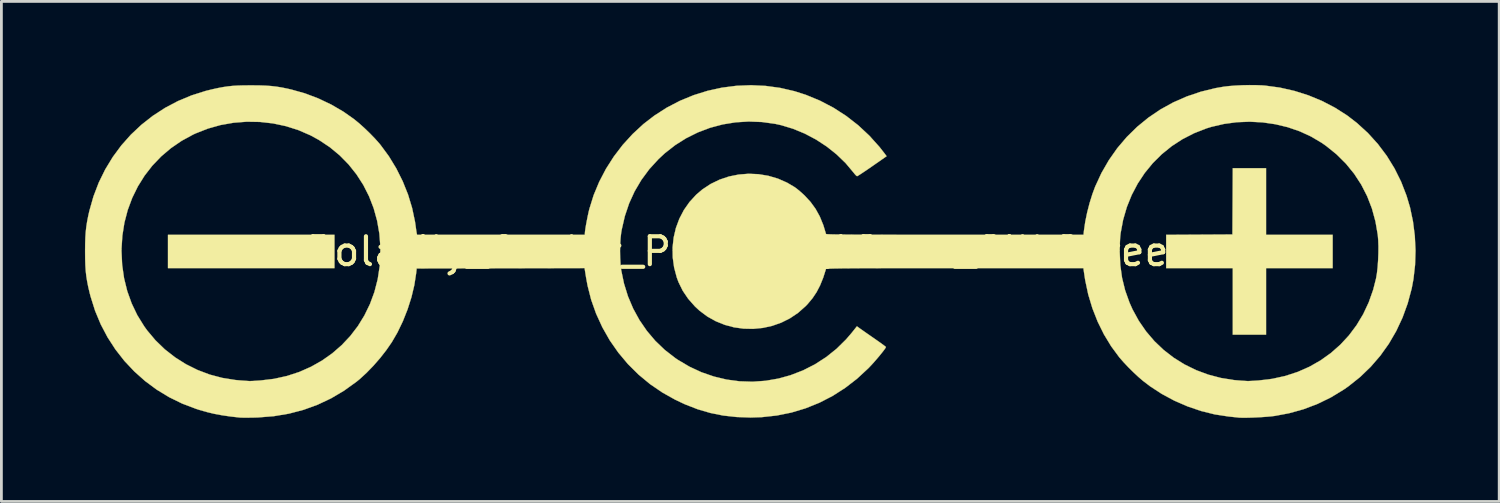
<source format=kicad_pcb>
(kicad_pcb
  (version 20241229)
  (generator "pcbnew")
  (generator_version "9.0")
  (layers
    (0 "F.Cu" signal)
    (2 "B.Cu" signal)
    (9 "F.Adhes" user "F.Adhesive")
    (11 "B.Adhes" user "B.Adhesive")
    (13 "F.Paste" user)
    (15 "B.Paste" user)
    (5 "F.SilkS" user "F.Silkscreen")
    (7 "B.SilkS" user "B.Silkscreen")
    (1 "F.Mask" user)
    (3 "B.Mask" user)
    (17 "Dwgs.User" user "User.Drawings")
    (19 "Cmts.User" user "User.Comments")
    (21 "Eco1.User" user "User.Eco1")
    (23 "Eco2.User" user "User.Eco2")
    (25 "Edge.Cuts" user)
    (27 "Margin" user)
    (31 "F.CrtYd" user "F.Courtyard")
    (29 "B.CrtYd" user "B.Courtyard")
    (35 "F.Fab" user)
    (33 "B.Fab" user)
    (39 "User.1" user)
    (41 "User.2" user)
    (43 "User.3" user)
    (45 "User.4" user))
  (footprint "Polarity_Center_Positive_12mm_SilkScreen"
    (layer "F.Cu")
    (at 23.873 5.977)
    (property "Reference" "Polarity_Center_Positive_12mm_SilkScreen" (at 0 0 0) (layer "F.SilkS") (effects (font (size 1 1) (thickness 0.15))))
    (attr board_only exclude_from_pos_files exclude_from_bom allow_missing_courtyard)
    (fp_poly (pts (xy -14.916 0.598) (xy -20.893 0.598) (xy -20.893 -0.598) (xy -14.916 -0.598) (xy -14.916 0.598)) (stroke (width 0.01) (type solid)) (fill yes) (layer "F.SilkS"))
    (fp_poly (pts (xy 18.527 -0.598) (xy 20.918 -0.598) (xy 20.918 0.598) (xy 18.527 0.598) (xy 18.527 2.988) (xy 17.332 2.988) (xy 17.332 0.598) (xy 14.941 0.598) (xy 14.941 -0.597) (xy 17.319 -0.61) (xy 17.326 -1.799) (xy 17.332 -2.988) (xy 18.527 -2.988) (xy 18.527 -0.598)) (stroke (width 0.01) (type solid)) (fill yes) (layer "F.SilkS"))
    (fp_poly (pts (xy 18.17 -5.97) (xy 18.386 -5.962) (xy 18.491 -5.954) (xy 19.023 -5.882) (xy 19.544 -5.764) (xy 20.051 -5.603) (xy 20.539 -5.401) (xy 21.004 -5.159) (xy 21.441 -4.88) (xy 21.789 -4.612) (xy 22.184 -4.251) (xy 22.541 -3.857) (xy 22.86 -3.433) (xy 23.138 -2.981) (xy 23.375 -2.504) (xy 23.569 -2.004) (xy 23.695 -1.581) (xy 23.801 -1.077) (xy 23.867 -0.558) (xy 23.892 -0.035) (xy 23.876 0.485) (xy 23.818 0.993) (xy 23.755 1.329) (xy 23.612 1.862) (xy 23.427 2.371) (xy 23.201 2.855) (xy 22.934 3.313) (xy 22.628 3.742) (xy 22.284 4.14) (xy 21.904 4.506) (xy 21.488 4.838) (xy 21.313 4.96) (xy 20.854 5.239) (xy 20.374 5.473) (xy 19.874 5.663) (xy 19.351 5.808) (xy 18.844 5.903) (xy 18.716 5.919) (xy 18.558 5.933) (xy 18.381 5.946) (xy 18.195 5.956) (xy 18.011 5.964) (xy 17.839 5.968) (xy 17.69 5.969) (xy 17.575 5.966) (xy 17.531 5.962) (xy 17.469 5.955) (xy 17.373 5.945) (xy 17.258 5.933) (xy 17.182 5.925) (xy 16.69 5.85) (xy 16.198 5.728) (xy 15.711 5.563) (xy 15.238 5.358) (xy 14.786 5.116) (xy 14.362 4.839) (xy 14.107 4.644) (xy 13.944 4.504) (xy 13.766 4.338) (xy 13.586 4.16) (xy 13.418 3.982) (xy 13.274 3.818) (xy 13.257 3.798) (xy 12.967 3.405) (xy 12.707 2.977) (xy 12.482 2.521) (xy 12.293 2.041) (xy 12.143 1.544) (xy 12.035 1.036) (xy 12.014 0.903) (xy 11.969 0.598) (xy 7.353 0.598) (xy 6.77 0.598) (xy 6.235 0.598) (xy 5.746 0.598) (xy 5.301 0.599) (xy 4.899 0.599) (xy 4.538 0.6) (xy 4.215 0.601) (xy 3.93 0.602) (xy 3.681 0.604) (xy 3.465 0.605) (xy 3.28 0.607) (xy 3.126 0.61) (xy 3 0.612) (xy 2.9 0.615) (xy 2.825 0.618) (xy 2.773 0.621) (xy 2.741 0.624) (xy 2.729 0.628) (xy 2.729 0.629) (xy 2.628 0.944) (xy 2.517 1.218) (xy 2.391 1.46) (xy 2.244 1.68) (xy 2.071 1.887) (xy 1.993 1.968) (xy 1.725 2.205) (xy 1.433 2.401) (xy 1.122 2.556) (xy 0.795 2.671) (xy 0.458 2.745) (xy 0.116 2.778) (xy -0.229 2.771) (xy -0.57 2.724) (xy -0.903 2.635) (xy -1.224 2.506) (xy -1.528 2.337) (xy -1.811 2.126) (xy -1.975 1.974) (xy -2.217 1.7) (xy -2.413 1.411) (xy -2.565 1.102) (xy -2.627 0.936) (xy -2.723 0.576) (xy -2.773 0.214) (xy -2.776 0.009) (xy 13.273 0.009) (xy 13.294 0.49) (xy 13.358 0.95) (xy 13.467 1.394) (xy 13.621 1.827) (xy 13.733 2.079) (xy 13.958 2.49) (xy 14.221 2.871) (xy 14.519 3.22) (xy 14.85 3.535) (xy 15.211 3.814) (xy 15.6 4.056) (xy 16.013 4.259) (xy 16.449 4.421) (xy 16.905 4.541) (xy 17.378 4.617) (xy 17.655 4.64) (xy 17.745 4.645) (xy 17.824 4.65) (xy 17.855 4.652) (xy 17.902 4.652) (xy 17.988 4.648) (xy 18.1 4.642) (xy 18.229 4.634) (xy 18.257 4.632) (xy 18.746 4.573) (xy 19.215 4.47) (xy 19.663 4.324) (xy 20.086 4.137) (xy 20.484 3.91) (xy 20.853 3.647) (xy 21.193 3.347) (xy 21.501 3.014) (xy 21.775 2.648) (xy 22.013 2.252) (xy 22.212 1.828) (xy 22.372 1.376) (xy 22.475 0.971) (xy 22.507 0.784) (xy 22.532 0.562) (xy 22.549 0.318) (xy 22.559 0.066) (xy 22.561 -0.18) (xy 22.553 -0.406) (xy 22.538 -0.591) (xy 22.454 -1.078) (xy 22.327 -1.543) (xy 22.156 -1.985) (xy 21.943 -2.401) (xy 21.689 -2.79) (xy 21.394 -3.152) (xy 21.059 -3.485) (xy 20.684 -3.788) (xy 20.519 -3.903) (xy 20.138 -4.128) (xy 19.731 -4.315) (xy 19.302 -4.462) (xy 18.857 -4.568) (xy 18.401 -4.634) (xy 17.938 -4.658) (xy 17.475 -4.64) (xy 17.016 -4.578) (xy 16.567 -4.474) (xy 16.385 -4.418) (xy 15.943 -4.245) (xy 15.527 -4.032) (xy 15.141 -3.781) (xy 14.785 -3.493) (xy 14.461 -3.172) (xy 14.172 -2.819) (xy 13.919 -2.437) (xy 13.704 -2.028) (xy 13.529 -1.595) (xy 13.396 -1.139) (xy 13.307 -0.664) (xy 13.299 -0.598) (xy 13.289 -0.496) (xy 13.282 -0.359) (xy 13.276 -0.204) (xy 13.273 -0.045) (xy 13.273 0.009) (xy -2.776 0.009) (xy -2.778 -0.146) (xy -2.739 -0.501) (xy -2.658 -0.846) (xy -2.535 -1.176) (xy -2.373 -1.487) (xy -2.171 -1.775) (xy -1.932 -2.036) (xy -1.711 -2.225) (xy -1.411 -2.423) (xy -1.091 -2.578) (xy -0.754 -2.691) (xy -0.405 -2.761) (xy -0.05 -2.789) (xy 0.306 -2.774) (xy 0.658 -2.716) (xy 1.002 -2.615) (xy 1.332 -2.47) (xy 1.606 -2.308) (xy 1.688 -2.247) (xy 1.79 -2.163) (xy 1.896 -2.069) (xy 1.961 -2.009) (xy 2.176 -1.776) (xy 2.357 -1.526) (xy 2.508 -1.252) (xy 2.633 -0.946) (xy 2.729 -0.629) (xy 2.739 -0.625) (xy 2.768 -0.621) (xy 2.818 -0.618) (xy 2.89 -0.615) (xy 2.987 -0.612) (xy 3.11 -0.61) (xy 3.26 -0.608) (xy 3.441 -0.606) (xy 3.653 -0.604) (xy 3.898 -0.603) (xy 4.179 -0.601) (xy 4.497 -0.6) (xy 4.853 -0.599) (xy 5.25 -0.599) (xy 5.689 -0.598) (xy 6.173 -0.598) (xy 6.702 -0.598) (xy 7.279 -0.598) (xy 7.355 -0.598) (xy 11.973 -0.598) (xy 11.99 -0.753) (xy 12.036 -1.066) (xy 12.105 -1.401) (xy 12.193 -1.741) (xy 12.295 -2.068) (xy 12.391 -2.326) (xy 12.618 -2.817) (xy 12.884 -3.278) (xy 13.187 -3.71) (xy 13.526 -4.108) (xy 13.898 -4.473) (xy 14.301 -4.803) (xy 14.733 -5.096) (xy 15.193 -5.35) (xy 15.678 -5.563) (xy 16.186 -5.735) (xy 16.715 -5.864) (xy 17.017 -5.916) (xy 17.208 -5.938) (xy 17.433 -5.955) (xy 17.679 -5.967) (xy 17.929 -5.972) (xy 18.17 -5.97)) (stroke (width 0.01) (type solid)) (fill yes) (layer "F.SilkS"))
    (fp_poly (pts (xy 0.563 -5.943) (xy 1.084 -5.872) (xy 1.598 -5.753) (xy 2.005 -5.623) (xy 2.511 -5.414) (xy 2.995 -5.161) (xy 3.453 -4.866) (xy 3.884 -4.531) (xy 4.284 -4.158) (xy 4.652 -3.749) (xy 4.839 -3.509) (xy 4.905 -3.42) (xy 4.39 -3.061) (xy 4.248 -2.963) (xy 4.118 -2.875) (xy 4.007 -2.801) (xy 3.921 -2.745) (xy 3.864 -2.711) (xy 3.845 -2.702) (xy 3.816 -2.72) (xy 3.769 -2.769) (xy 3.715 -2.836) (xy 3.432 -3.173) (xy 3.11 -3.484) (xy 2.755 -3.767) (xy 2.373 -4.017) (xy 1.97 -4.23) (xy 1.552 -4.403) (xy 1.124 -4.533) (xy 0.906 -4.581) (xy 0.43 -4.647) (xy -0.046 -4.665) (xy -0.516 -4.636) (xy -0.979 -4.561) (xy -1.43 -4.441) (xy -1.867 -4.276) (xy -2.285 -4.069) (xy -2.682 -3.819) (xy -3.054 -3.529) (xy -3.287 -3.312) (xy -3.616 -2.952) (xy -3.9 -2.567) (xy -4.141 -2.159) (xy -4.338 -1.727) (xy -4.492 -1.27) (xy -4.603 -0.789) (xy -4.623 -0.672) (xy -4.645 -0.48) (xy -4.659 -0.256) (xy -4.664 -0.015) (xy -4.66 0.227) (xy -4.647 0.454) (xy -4.626 0.65) (xy -4.623 0.669) (xy -4.523 1.15) (xy -4.38 1.611) (xy -4.194 2.05) (xy -3.967 2.464) (xy -3.701 2.851) (xy -3.398 3.209) (xy -3.059 3.534) (xy -2.685 3.824) (xy -2.59 3.889) (xy -2.174 4.135) (xy -1.742 4.336) (xy -1.295 4.49) (xy -0.839 4.599) (xy -0.375 4.661) (xy 0.093 4.676) (xy 0.561 4.643) (xy 1.027 4.562) (xy 1.455 4.443) (xy 1.906 4.269) (xy 2.334 4.051) (xy 2.735 3.792) (xy 3.108 3.494) (xy 3.449 3.158) (xy 3.654 2.919) (xy 3.839 2.687) (xy 3.955 2.771) (xy 4.013 2.811) (xy 4.102 2.874) (xy 4.215 2.953) (xy 4.343 3.042) (xy 4.476 3.134) (xy 4.6 3.221) (xy 4.709 3.298) (xy 4.796 3.362) (xy 4.855 3.407) (xy 4.88 3.429) (xy 4.881 3.43) (xy 4.865 3.464) (xy 4.821 3.528) (xy 4.754 3.615) (xy 4.671 3.718) (xy 4.577 3.831) (xy 4.477 3.946) (xy 4.377 4.058) (xy 4.282 4.159) (xy 4.247 4.195) (xy 3.843 4.569) (xy 3.414 4.9) (xy 2.963 5.188) (xy 2.49 5.431) (xy 1.997 5.63) (xy 1.488 5.783) (xy 0.963 5.889) (xy 0.424 5.948) (xy 0.025 5.961) (xy -0.483 5.943) (xy -0.963 5.89) (xy -1.424 5.797) (xy -1.876 5.665) (xy -2.327 5.49) (xy -2.671 5.329) (xy -3.143 5.065) (xy -3.587 4.762) (xy -4 4.42) (xy -4.38 4.043) (xy -4.725 3.632) (xy -5.033 3.191) (xy -5.3 2.721) (xy -5.524 2.232) (xy -5.7 1.736) (xy -5.83 1.226) (xy -5.882 0.945) (xy -5.938 0.597) (xy -8.952 0.604) (xy -11.965 0.61) (xy -11.984 0.784) (xy -12.049 1.206) (xy -12.153 1.642) (xy -12.292 2.079) (xy -12.461 2.505) (xy -12.656 2.91) (xy -12.861 3.262) (xy -13.055 3.542) (xy -13.276 3.825) (xy -13.516 4.1) (xy -13.763 4.355) (xy -14.009 4.581) (xy -14.127 4.677) (xy -14.573 4.998) (xy -15.038 5.273) (xy -15.523 5.502) (xy -16.027 5.685) (xy -16.55 5.822) (xy -17.092 5.913) (xy -17.653 5.958) (xy -17.768 5.962) (xy -17.92 5.965) (xy -18.061 5.966) (xy -18.182 5.966) (xy -18.272 5.964) (xy -18.315 5.962) (xy -18.653 5.924) (xy -18.953 5.88) (xy -19.229 5.829) (xy -19.492 5.766) (xy -19.756 5.691) (xy -19.884 5.65) (xy -20.38 5.462) (xy -20.852 5.231) (xy -21.298 4.96) (xy -21.715 4.651) (xy -22.102 4.306) (xy -22.457 3.929) (xy -22.777 3.52) (xy -23.061 3.082) (xy -23.306 2.617) (xy -23.51 2.128) (xy -23.671 1.617) (xy -23.704 1.489) (xy -23.756 1.269) (xy -23.795 1.071) (xy -23.825 0.884) (xy -23.846 0.695) (xy -23.859 0.493) (xy -23.866 0.265) (xy -23.868 0) (xy -23.868 -0.012) (xy -22.561 -0.012) (xy -22.538 0.482) (xy -22.469 0.962) (xy -22.355 1.424) (xy -22.196 1.866) (xy -21.994 2.288) (xy -21.748 2.685) (xy -21.643 2.831) (xy -21.342 3.189) (xy -21.007 3.513) (xy -20.641 3.799) (xy -20.249 4.047) (xy -19.833 4.254) (xy -19.397 4.419) (xy -18.943 4.539) (xy -18.476 4.614) (xy -18.29 4.631) (xy -18.174 4.639) (xy -18.072 4.646) (xy -17.998 4.651) (xy -17.967 4.653) (xy -17.924 4.652) (xy -17.843 4.649) (xy -17.734 4.642) (xy -17.606 4.634) (xy -17.57 4.631) (xy -17.086 4.573) (xy -16.621 4.47) (xy -16.177 4.325) (xy -15.757 4.139) (xy -15.362 3.916) (xy -14.994 3.656) (xy -14.656 3.362) (xy -14.35 3.037) (xy -14.077 2.681) (xy -13.841 2.297) (xy -13.642 1.888) (xy -13.482 1.455) (xy -13.365 1.001) (xy -13.292 0.527) (xy -13.276 0.336) (xy -13.267 -0.157) (xy -13.304 -0.638) (xy -13.385 -1.104) (xy -13.509 -1.552) (xy -13.675 -1.981) (xy -13.881 -2.388) (xy -14.127 -2.77) (xy -14.41 -3.125) (xy -14.729 -3.45) (xy -15.083 -3.743) (xy -15.471 -4.001) (xy -15.776 -4.168) (xy -16.209 -4.356) (xy -16.66 -4.499) (xy -17.122 -4.597) (xy -17.592 -4.65) (xy -18.066 -4.658) (xy -18.538 -4.621) (xy -19.004 -4.539) (xy -19.46 -4.411) (xy -19.9 -4.238) (xy -19.991 -4.196) (xy -20.406 -3.97) (xy -20.789 -3.707) (xy -21.139 -3.41) (xy -21.455 -3.08) (xy -21.734 -2.72) (xy -21.975 -2.333) (xy -22.177 -1.922) (xy -22.338 -1.488) (xy -22.457 -1.034) (xy -22.531 -0.563) (xy -22.561 -0.078) (xy -22.561 -0.012) (xy -23.868 -0.012) (xy -23.866 -0.265) (xy -23.859 -0.493) (xy -23.846 -0.695) (xy -23.825 -0.883) (xy -23.796 -1.071) (xy -23.757 -1.27) (xy -23.715 -1.457) (xy -23.568 -1.975) (xy -23.378 -2.472) (xy -23.146 -2.944) (xy -22.875 -3.39) (xy -22.567 -3.807) (xy -22.223 -4.194) (xy -21.846 -4.548) (xy -21.439 -4.868) (xy -21.002 -5.152) (xy -20.538 -5.397) (xy -20.048 -5.602) (xy -19.536 -5.764) (xy -19.299 -5.822) (xy -19.094 -5.867) (xy -18.913 -5.901) (xy -18.744 -5.926) (xy -18.574 -5.944) (xy -18.393 -5.955) (xy -18.188 -5.961) (xy -17.948 -5.963) (xy -17.892 -5.963) (xy -17.625 -5.961) (xy -17.396 -5.953) (xy -17.191 -5.939) (xy -16.999 -5.917) (xy -16.807 -5.886) (xy -16.602 -5.844) (xy -16.462 -5.812) (xy -15.975 -5.675) (xy -15.497 -5.494) (xy -15.034 -5.274) (xy -14.596 -5.019) (xy -14.215 -4.751) (xy -14.034 -4.603) (xy -13.839 -4.428) (xy -13.643 -4.239) (xy -13.459 -4.049) (xy -13.3 -3.87) (xy -13.261 -3.822) (xy -12.962 -3.416) (xy -12.696 -2.979) (xy -12.466 -2.519) (xy -12.275 -2.043) (xy -12.128 -1.557) (xy -12.025 -1.07) (xy -12.003 -0.921) (xy -11.989 -0.817) (xy -11.976 -0.726) (xy -11.966 -0.664) (xy -11.964 -0.654) (xy -11.952 -0.598) (xy -5.927 -0.598) (xy -5.927 -0.657) (xy -5.921 -0.721) (xy -5.907 -0.823) (xy -5.886 -0.951) (xy -5.859 -1.095) (xy -5.83 -1.242) (xy -5.8 -1.383) (xy -5.771 -1.507) (xy -5.765 -1.529) (xy -5.612 -2.021) (xy -5.412 -2.501) (xy -5.17 -2.965) (xy -4.887 -3.408) (xy -4.567 -3.827) (xy -4.212 -4.216) (xy -3.826 -4.573) (xy -3.435 -4.875) (xy -2.985 -5.164) (xy -2.513 -5.409) (xy -2.024 -5.61) (xy -1.521 -5.767) (xy -1.007 -5.88) (xy -0.486 -5.947) (xy 0.038 -5.968) (xy 0.563 -5.943)) (stroke (width 0.01) (type solid)) (fill yes) (layer "F.SilkS")))
  (gr_rect
    (start -3 -3)
    (end 50.769 14.951)
    (stroke (width 0.1) (type default))
    (fill no)
    (layer "Edge.Cuts")))
</source>
